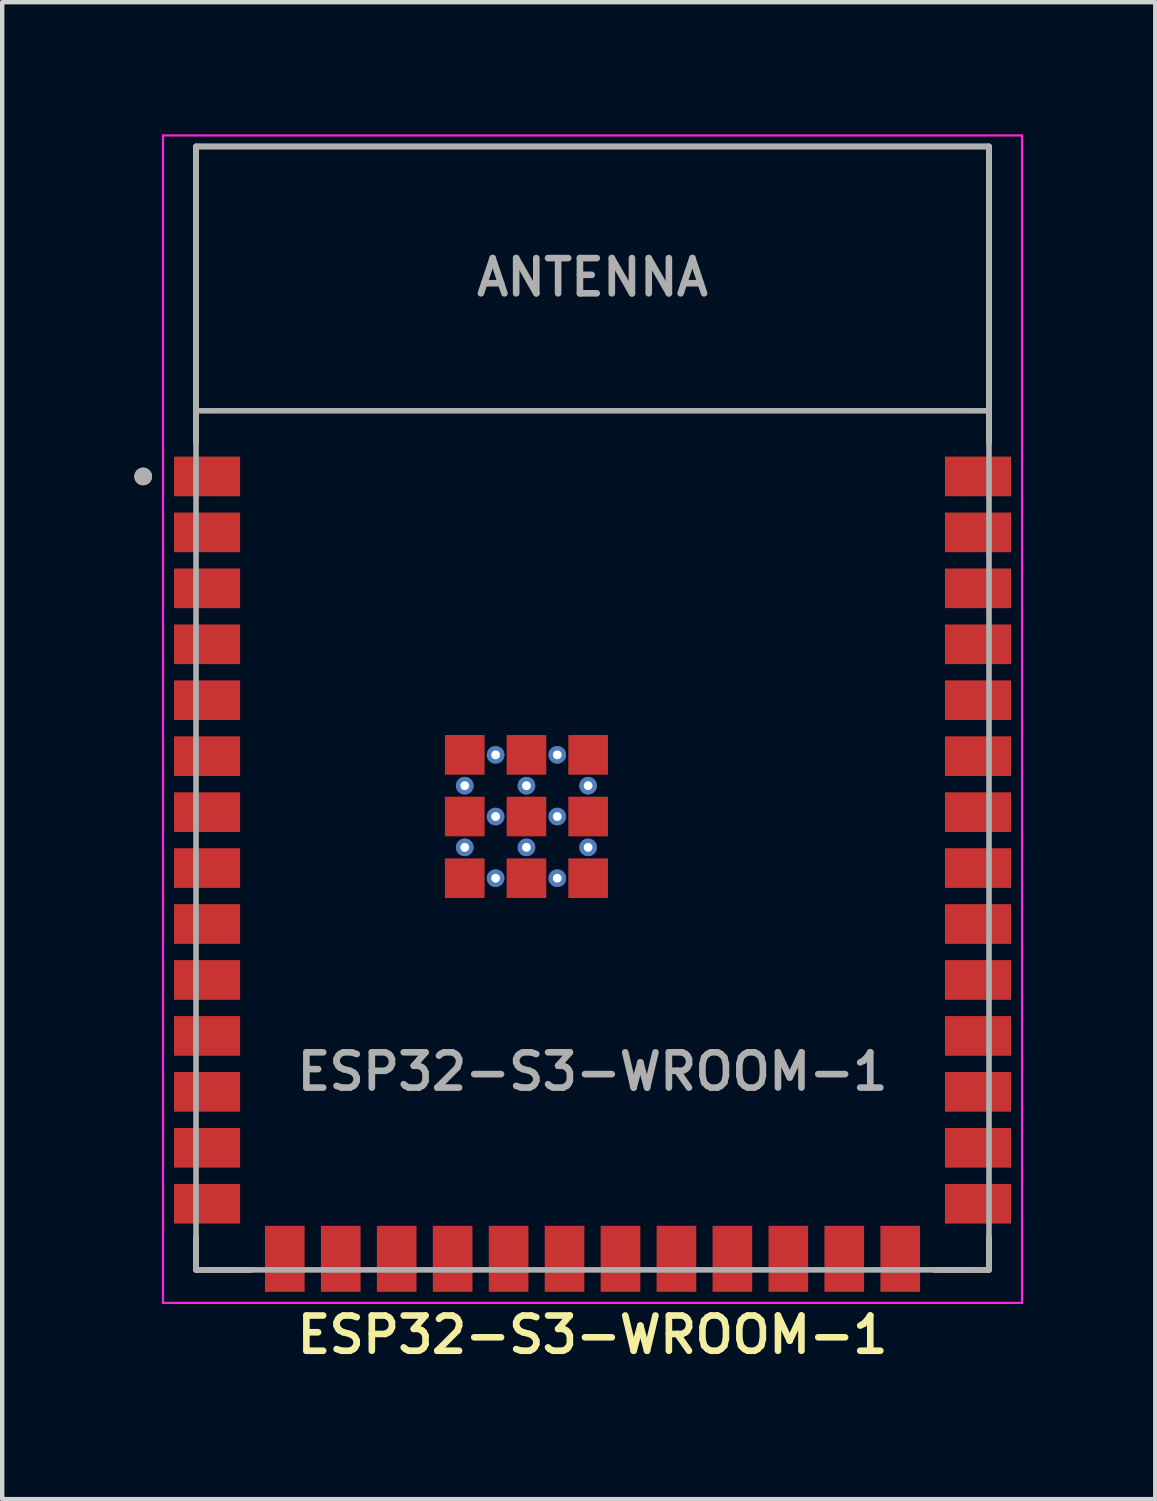
<source format=kicad_pcb>
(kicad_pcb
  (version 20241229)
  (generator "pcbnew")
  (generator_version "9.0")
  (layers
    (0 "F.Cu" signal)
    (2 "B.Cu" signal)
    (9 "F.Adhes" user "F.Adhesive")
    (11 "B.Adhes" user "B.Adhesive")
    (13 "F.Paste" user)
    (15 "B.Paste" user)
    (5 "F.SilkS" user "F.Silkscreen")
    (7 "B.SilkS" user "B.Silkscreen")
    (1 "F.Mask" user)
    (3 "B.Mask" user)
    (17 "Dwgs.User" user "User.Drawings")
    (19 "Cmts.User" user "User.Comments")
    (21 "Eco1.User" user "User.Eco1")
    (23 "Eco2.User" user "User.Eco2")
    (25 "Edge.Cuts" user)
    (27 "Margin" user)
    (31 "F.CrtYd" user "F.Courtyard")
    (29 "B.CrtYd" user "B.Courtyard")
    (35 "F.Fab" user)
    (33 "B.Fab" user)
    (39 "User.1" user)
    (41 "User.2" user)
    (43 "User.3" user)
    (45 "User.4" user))
  (footprint "ESP32-S3-WROOM-1"
    (layer "F.Cu")
    (at 10.4 13.025)
    (property "Reference" "ESP32-S3-WROOM-1" (at 0 14.224 0) (layer "F.SilkS") (effects (font (size 0.8 0.8) (thickness 0.15) (bold yes))))
    (attr smd)
    (fp_line (start -9 -12.75) (end 9 -12.75) (stroke (width 0.127) (type solid)) (layer "F.SilkS"))
    (fp_line (start -9 -6.03) (end -9 -12.75) (stroke (width 0.127) (type solid)) (layer "F.SilkS"))
    (fp_line (start -9 12.02) (end -9 12.75) (stroke (width 0.127) (type solid)) (layer "F.SilkS"))
    (fp_line (start -9 12.75) (end -7.755 12.75) (stroke (width 0.127) (type solid)) (layer "F.SilkS"))
    (fp_line (start 9 -12.75) (end 9 -6.03) (stroke (width 0.127) (type solid)) (layer "F.SilkS"))
    (fp_line (start 9 12.02) (end 9 12.75) (stroke (width 0.127) (type solid)) (layer "F.SilkS"))
    (fp_line (start 9 12.75) (end 7.755 12.75) (stroke (width 0.127) (type solid)) (layer "F.SilkS"))
    (fp_circle (center -10.2 -5.26) (end -10.1 -5.26) (stroke (width 0.2) (type solid)) (fill no) (layer "F.SilkS"))
    (fp_line (start -9.75 -13) (end 9.75 -13) (stroke (width 0.05) (type solid)) (layer "F.CrtYd"))
    (fp_line (start -9.75 13.5) (end -9.75 -13) (stroke (width 0.05) (type solid)) (layer "F.CrtYd"))
    (fp_line (start -9.75 13.5) (end 9.75 13.5) (stroke (width 0.05) (type solid)) (layer "F.CrtYd"))
    (fp_line (start 9.75 -13) (end 9.75 13.5) (stroke (width 0.05) (type solid)) (layer "F.CrtYd"))
    (fp_line (start -9 -12.75) (end 9 -12.75) (stroke (width 0.127) (type solid)) (layer "F.Fab"))
    (fp_line (start -9 -6.75) (end -9 -12.75) (stroke (width 0.127) (type solid)) (layer "F.Fab"))
    (fp_line (start -9 -6.75) (end 9 -6.75) (stroke (width 0.127) (type solid)) (layer "F.Fab"))
    (fp_line (start -9 12.75) (end -9 -6.75) (stroke (width 0.127) (type solid)) (layer "F.Fab"))
    (fp_line (start 9 -12.75) (end 9 -6.75) (stroke (width 0.127) (type solid)) (layer "F.Fab"))
    (fp_line (start 9 -6.75) (end 9 12.75) (stroke (width 0.127) (type solid)) (layer "F.Fab"))
    (fp_line (start 9 12.75) (end -9 12.75) (stroke (width 0.127) (type solid)) (layer "F.Fab"))
    (fp_circle (center -10.2 -5.26) (end -10.1 -5.26) (stroke (width 0.2) (type solid)) (fill no) (layer "F.Fab"))
    (fp_text user "ANTENNA" (at 0 -9.779 0) (layer "F.Fab") (effects (font (size 0.8 0.8) (thickness 0.15))))
    (fp_text user "${REFERENCE}" (at 0 8.25 0) (unlocked yes) (layer "F.Fab") (effects (font (size 0.8 0.8) (thickness 0.15))))
    (pad "1" smd rect (at -8.75 -5.26) (size 1.5 0.9) (layers "F.Cu" "F.Mask" "F.Paste"))
    (pad "2" smd rect (at -8.75 -3.99) (size 1.5 0.9) (layers "F.Cu" "F.Mask" "F.Paste"))
    (pad "3" smd rect (at -8.75 -2.72) (size 1.5 0.9) (layers "F.Cu" "F.Mask" "F.Paste"))
    (pad "4" smd rect (at -8.75 -1.45) (size 1.5 0.9) (layers "F.Cu" "F.Mask" "F.Paste"))
    (pad "5" smd rect (at -8.75 -0.18) (size 1.5 0.9) (layers "F.Cu" "F.Mask" "F.Paste"))
    (pad "6" smd rect (at -8.75 1.09) (size 1.5 0.9) (layers "F.Cu" "F.Mask" "F.Paste"))
    (pad "7" smd rect (at -8.75 2.36) (size 1.5 0.9) (layers "F.Cu" "F.Mask" "F.Paste"))
    (pad "8" smd rect (at -8.75 3.63) (size 1.5 0.9) (layers "F.Cu" "F.Mask" "F.Paste"))
    (pad "9" smd rect (at -8.75 4.9) (size 1.5 0.9) (layers "F.Cu" "F.Mask" "F.Paste"))
    (pad "10" smd rect (at -8.75 6.17) (size 1.5 0.9) (layers "F.Cu" "F.Mask" "F.Paste"))
    (pad "11" smd rect (at -8.75 7.44) (size 1.5 0.9) (layers "F.Cu" "F.Mask" "F.Paste"))
    (pad "12" smd rect (at -8.75 8.71) (size 1.5 0.9) (layers "F.Cu" "F.Mask" "F.Paste"))
    (pad "13" smd rect (at -8.75 9.98) (size 1.5 0.9) (layers "F.Cu" "F.Mask" "F.Paste"))
    (pad "14" smd rect (at -8.75 11.25) (size 1.5 0.9) (layers "F.Cu" "F.Mask" "F.Paste"))
    (pad "15" smd rect (at -6.985 12.5) (size 0.9 1.5) (layers "F.Cu" "F.Mask" "F.Paste"))
    (pad "16" smd rect (at -5.715 12.5) (size 0.9 1.5) (layers "F.Cu" "F.Mask" "F.Paste"))
    (pad "17" smd rect (at -4.445 12.5) (size 0.9 1.5) (layers "F.Cu" "F.Mask" "F.Paste"))
    (pad "18" smd rect (at -3.175 12.5) (size 0.9 1.5) (layers "F.Cu" "F.Mask" "F.Paste"))
    (pad "19" smd rect (at -1.905 12.5) (size 0.9 1.5) (layers "F.Cu" "F.Mask" "F.Paste"))
    (pad "20" smd rect (at -0.635 12.5) (size 0.9 1.5) (layers "F.Cu" "F.Mask" "F.Paste"))
    (pad "21" smd rect (at 0.635 12.5) (size 0.9 1.5) (layers "F.Cu" "F.Mask" "F.Paste"))
    (pad "22" smd rect (at 1.905 12.5) (size 0.9 1.5) (layers "F.Cu" "F.Mask" "F.Paste"))
    (pad "23" smd rect (at 3.175 12.5) (size 0.9 1.5) (layers "F.Cu" "F.Mask" "F.Paste"))
    (pad "24" smd rect (at 4.445 12.5) (size 0.9 1.5) (layers "F.Cu" "F.Mask" "F.Paste"))
    (pad "25" smd rect (at 5.715 12.5) (size 0.9 1.5) (layers "F.Cu" "F.Mask" "F.Paste"))
    (pad "26" smd rect (at 6.985 12.5) (size 0.9 1.5) (layers "F.Cu" "F.Mask" "F.Paste"))
    (pad "27" smd rect (at 8.75 11.25) (size 1.5 0.9) (layers "F.Cu" "F.Mask" "F.Paste"))
    (pad "28" smd rect (at 8.75 9.98) (size 1.5 0.9) (layers "F.Cu" "F.Mask" "F.Paste"))
    (pad "29" smd rect (at 8.75 8.71) (size 1.5 0.9) (layers "F.Cu" "F.Mask" "F.Paste"))
    (pad "30" smd rect (at 8.75 7.44) (size 1.5 0.9) (layers "F.Cu" "F.Mask" "F.Paste"))
    (pad "31" smd rect (at 8.75 6.17) (size 1.5 0.9) (layers "F.Cu" "F.Mask" "F.Paste"))
    (pad "32" smd rect (at 8.75 4.9) (size 1.5 0.9) (layers "F.Cu" "F.Mask" "F.Paste"))
    (pad "33" smd rect (at 8.75 3.63) (size 1.5 0.9) (layers "F.Cu" "F.Mask" "F.Paste"))
    (pad "34" smd rect (at 8.75 2.36) (size 1.5 0.9) (layers "F.Cu" "F.Mask" "F.Paste"))
    (pad "35" smd rect (at 8.75 1.09) (size 1.5 0.9) (layers "F.Cu" "F.Mask" "F.Paste"))
    (pad "36" smd rect (at 8.75 -0.18) (size 1.5 0.9) (layers "F.Cu" "F.Mask" "F.Paste"))
    (pad "37" smd rect (at 8.75 -1.45) (size 1.5 0.9) (layers "F.Cu" "F.Mask" "F.Paste"))
    (pad "38" smd rect (at 8.75 -2.72) (size 1.5 0.9) (layers "F.Cu" "F.Mask" "F.Paste"))
    (pad "39" smd rect (at 8.75 -3.99) (size 1.5 0.9) (layers "F.Cu" "F.Mask" "F.Paste"))
    (pad "40" smd rect (at 8.75 -5.26) (size 1.5 0.9) (layers "F.Cu" "F.Mask" "F.Paste"))
    (pad "41_1" smd rect (at -1.5 2.46) (size 0.9 0.9) (layers "F.Cu" "F.Mask" "F.Paste"))
    (pad "41_2" smd rect (at -2.9 2.46) (size 0.9 0.9) (layers "F.Cu" "F.Mask" "F.Paste"))
    (pad "41_3" smd rect (at -0.1 2.46) (size 0.9 0.9) (layers "F.Cu" "F.Mask" "F.Paste"))
    (pad "41_4" smd rect (at -2.9 3.86) (size 0.9 0.9) (layers "F.Cu" "F.Mask" "F.Paste"))
    (pad "41_5" smd rect (at -1.5 3.86) (size 0.9 0.9) (layers "F.Cu" "F.Mask" "F.Paste"))
    (pad "41_6" smd rect (at -0.1 3.86) (size 0.9 0.9) (layers "F.Cu" "F.Mask" "F.Paste"))
    (pad "41_7" smd rect (at -2.9 1.06) (size 0.9 0.9) (layers "F.Cu" "F.Mask" "F.Paste"))
    (pad "41_8" smd rect (at -1.5 1.06) (size 0.9 0.9) (layers "F.Cu" "F.Mask" "F.Paste"))
    (pad "41_9" smd rect (at -0.1 1.06) (size 0.9 0.9) (layers "F.Cu" "F.Mask" "F.Paste"))
    (pad "41_10" thru_hole circle (at -1.5 1.76) (size 0.4 0.4) (drill 0.2) (layers "*.Cu"))
    (pad "41_11" thru_hole circle (at -2.9 1.76) (size 0.4 0.4) (drill 0.2) (layers "*.Cu"))
    (pad "41_12" thru_hole circle (at -0.1 1.76) (size 0.4 0.4) (drill 0.2) (layers "*.Cu"))
    (pad "41_13" thru_hole circle (at -2.9 3.16) (size 0.4 0.4) (drill 0.2) (layers "*.Cu"))
    (pad "41_14" thru_hole circle (at -1.5 3.16) (size 0.4 0.4) (drill 0.2) (layers "*.Cu"))
    (pad "41_15" thru_hole circle (at -0.1 3.16) (size 0.4 0.4) (drill 0.2) (layers "*.Cu"))
    (pad "41_16" thru_hole circle (at -2.2 1.06) (size 0.4 0.4) (drill 0.2) (layers "*.Cu"))
    (pad "41_17" thru_hole circle (at -0.8 1.06) (size 0.4 0.4) (drill 0.2) (layers "*.Cu"))
    (pad "41_18" thru_hole circle (at -2.2 2.46) (size 0.4 0.4) (drill 0.2) (layers "*.Cu"))
    (pad "41_19" thru_hole circle (at -0.8 2.46) (size 0.4 0.4) (drill 0.2) (layers "*.Cu"))
    (pad "41_20" thru_hole circle (at -2.2 3.86) (size 0.4 0.4) (drill 0.2) (layers "*.Cu"))
    (pad "41_21" thru_hole circle (at -0.8 3.86) (size 0.4 0.4) (drill 0.2) (layers "*.Cu"))
    (zone (net_name "") (layer "F.Cu") (hatch full 0.508) (connect_pads) (min_thickness 0.01) (filled_areas_thickness no) (keepout (tracks not_allowed) (vias not_allowed) (pads not_allowed) (copperpour not_allowed) (footprints allowed)) (placement (enabled no)) (fill) (polygon (pts (xy 1.4 0.275) (xy 19.4 0.275) (xy 19.4 6.275) (xy 1.4 6.275))))
    (zone (net_name "") (layers "F.Cu" "B.Cu") (hatch full 0.508) (connect_pads) (min_thickness 0.01) (filled_areas_thickness no) (keepout (tracks allowed) (vias not_allowed) (pads allowed) (copperpour allowed) (footprints allowed)) (placement (enabled no)) (fill) (polygon (pts (xy 1.4 0.275) (xy 19.4 0.275) (xy 19.4 6.275) (xy 1.4 6.275))))
    (zone (net_name "") (layer "B.Cu") (hatch full 0.508) (connect_pads) (min_thickness 0.01) (filled_areas_thickness no) (keepout (tracks not_allowed) (vias not_allowed) (pads not_allowed) (copperpour not_allowed) (footprints allowed)) (placement (enabled no)) (fill) (polygon (pts (xy 1.4 0.275) (xy 19.4 0.275) (xy 19.4 6.275) (xy 1.4 6.275)))))
  (gr_rect
    (start -3 -3)
    (end 23.175 30.98)
    (stroke (width 0.1) (type default))
    (fill no)
    (layer "Edge.Cuts")))
</source>
